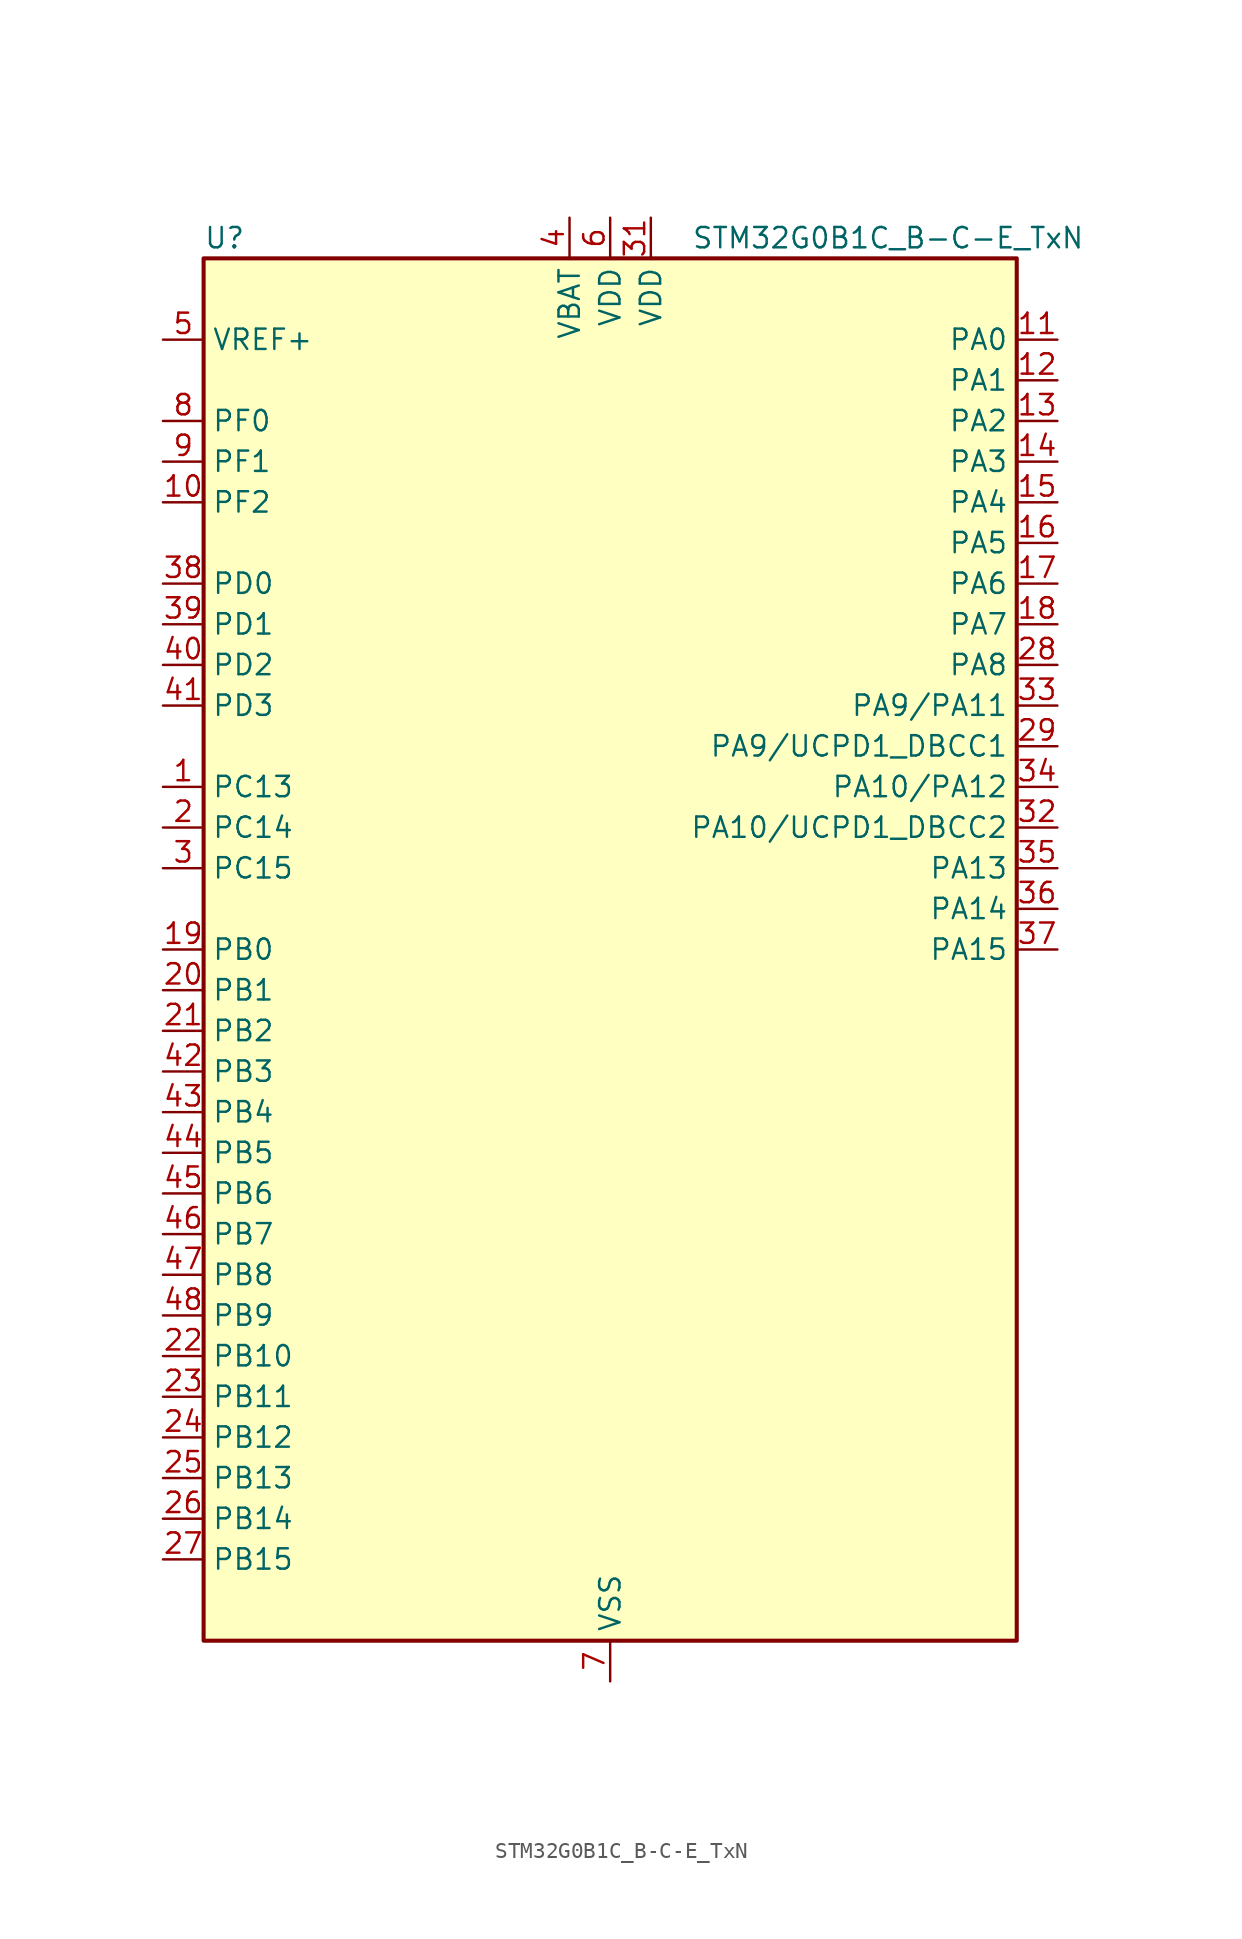
<source format=kicad_sym>
(kicad_symbol_lib
  (version 20241209)
  (generator "kicad_symbol_editor")
  (generator_version "9.0")
  (symbol "STM32G0B1C_B-C-E_TxN"
    (property "Reference" "U"
      (at -25.4 44.45 0)
      (effects (font (size 1.27 1.27)) (justify left)))
    (property "Value" "STM32G0B1C_B-C-E_TxN"
      (at 5.08 44.45 0)
      (effects (font (size 1.27 1.27)) (justify left)))
    (symbol "STM32G0B1C_B-C-E_TxN_0_1"
      (rectangle (start -25.4 -43.18) (end 25.4 43.18) (stroke (width 0.254) (type default)) (fill (type background))))
    (symbol "STM32G0B1C_B-C-E_TxN_1_1"
      (pin input line (at -27.94 38.1 0) (length 2.54) (name "VREF+" (effects (font (size 1.27 1.27)))) (number "5" (effects (font (size 1.27 1.27)))) (alternate "VREFBUF_OUT" bidirectional line))
      (pin bidirectional line (at -27.94 33.02 0) (length 2.54) (name "PF0" (effects (font (size 1.27 1.27)))) (number "8" (effects (font (size 1.27 1.27)))) (alternate "CRS1_SYNC" bidirectional line) (alternate "RCC_OSC_IN" bidirectional line) (alternate "TIM14_CH1" bidirectional line))
      (pin bidirectional line (at -27.94 30.48 0) (length 2.54) (name "PF1" (effects (font (size 1.27 1.27)))) (number "9" (effects (font (size 1.27 1.27)))) (alternate "RCC_OSC_EN" bidirectional line) (alternate "RCC_OSC_OUT" bidirectional line) (alternate "TIM15_CH1N" bidirectional line))
      (pin bidirectional line (at -27.94 27.94 0) (length 2.54) (name "PF2" (effects (font (size 1.27 1.27)))) (number "10" (effects (font (size 1.27 1.27)))) (alternate "LPUART2_DE" bidirectional line) (alternate "LPUART2_RTS" bidirectional line) (alternate "LPUART2_TX" bidirectional line) (alternate "RCC_MCO" bidirectional line))
      (pin bidirectional line (at -27.94 22.86 0) (length 2.54) (name "PD0" (effects (font (size 1.27 1.27)))) (number "38" (effects (font (size 1.27 1.27)))) (alternate "FDCAN1_RX" bidirectional line) (alternate "I2S2_WS" bidirectional line) (alternate "SPI2_NSS" bidirectional line) (alternate "TIM16_CH1" bidirectional line) (alternate "UCPD2_CC1" bidirectional line))
      (pin bidirectional line (at -27.94 20.32 0) (length 2.54) (name "PD1" (effects (font (size 1.27 1.27)))) (number "39" (effects (font (size 1.27 1.27)))) (alternate "FDCAN1_TX" bidirectional line) (alternate "I2S2_CK" bidirectional line) (alternate "SPI2_SCK" bidirectional line) (alternate "TIM17_CH1" bidirectional line) (alternate "UCPD2_DBCC1" bidirectional line))
      (pin bidirectional line (at -27.94 17.78 0) (length 2.54) (name "PD2" (effects (font (size 1.27 1.27)))) (number "40" (effects (font (size 1.27 1.27)))) (alternate "TIM1_CH1N" bidirectional line) (alternate "TIM3_ETR" bidirectional line) (alternate "UCPD2_CC2" bidirectional line) (alternate "USART3_CK" bidirectional line) (alternate "USART3_DE" bidirectional line) (alternate "USART3_RTS" bidirectional line) (alternate "USART5_RX" bidirectional line))
      (pin bidirectional line (at -27.94 15.24 0) (length 2.54) (name "PD3" (effects (font (size 1.27 1.27)))) (number "41" (effects (font (size 1.27 1.27)))) (alternate "I2S2_MCK" bidirectional line) (alternate "SPI2_MISO" bidirectional line) (alternate "TIM1_CH2N" bidirectional line) (alternate "UCPD2_DBCC2" bidirectional line) (alternate "USART2_CTS" bidirectional line) (alternate "USART2_NSS" bidirectional line) (alternate "USART5_TX" bidirectional line))
      (pin bidirectional line (at -27.94 10.16 0) (length 2.54) (name "PC13" (effects (font (size 1.27 1.27)))) (number "1" (effects (font (size 1.27 1.27)))) (alternate "RTC_OUT1" bidirectional line) (alternate "RTC_TAMP_IN1" bidirectional line) (alternate "RTC_TS" bidirectional line) (alternate "SYS_WKUP2" bidirectional line) (alternate "TIM1_BK" bidirectional line))
      (pin bidirectional line (at -27.94 7.62 0) (length 2.54) (name "PC14" (effects (font (size 1.27 1.27)))) (number "2" (effects (font (size 1.27 1.27)))) (alternate "RCC_OSC32_IN" bidirectional line) (alternate "TIM1_BK2" bidirectional line))
      (pin bidirectional line (at -27.94 5.08 0) (length 2.54) (name "PC15" (effects (font (size 1.27 1.27)))) (number "3" (effects (font (size 1.27 1.27)))) (alternate "RCC_OSC32_EN" bidirectional line) (alternate "RCC_OSC32_OUT" bidirectional line) (alternate "RCC_OSC_EN" bidirectional line) (alternate "TIM15_BK" bidirectional line))
      (pin bidirectional line (at -27.94 0 0) (length 2.54) (name "PB0" (effects (font (size 1.27 1.27)))) (number "19" (effects (font (size 1.27 1.27)))) (alternate "ADC1_IN8" bidirectional line) (alternate "COMP1_OUT" bidirectional line) (alternate "COMP3_INP" bidirectional line) (alternate "FDCAN2_RX" bidirectional line) (alternate "I2S1_WS" bidirectional line) (alternate "LPTIM1_OUT" bidirectional line) (alternate "LPUART2_CTS" bidirectional line) (alternate "SPI1_NSS" bidirectional line) (alternate "TIM1_CH2N" bidirectional line) (alternate "TIM3_CH3" bidirectional line) (alternate "UCPD1_FRSTX1" bidirectional line) (alternate "UCPD1_FRSTX2" bidirectional line) (alternate "USART3_RX" bidirectional line) (alternate "USART5_TX" bidirectional line))
      (pin bidirectional line (at -27.94 -2.54 0) (length 2.54) (name "PB1" (effects (font (size 1.27 1.27)))) (number "20" (effects (font (size 1.27 1.27)))) (alternate "ADC1_IN9" bidirectional line) (alternate "COMP1_INM" bidirectional line) (alternate "COMP3_OUT" bidirectional line) (alternate "FDCAN2_TX" bidirectional line) (alternate "LPTIM2_IN1" bidirectional line) (alternate "LPUART1_DE" bidirectional line) (alternate "LPUART1_RTS" bidirectional line) (alternate "LPUART2_DE" bidirectional line) (alternate "LPUART2_RTS" bidirectional line) (alternate "TIM14_CH1" bidirectional line) (alternate "TIM1_CH3N" bidirectional line) (alternate "TIM3_CH4" bidirectional line) (alternate "USART3_CK" bidirectional line) (alternate "USART3_DE" bidirectional line) (alternate "USART3_RTS" bidirectional line) (alternate "USART5_RX" bidirectional line))
      (pin bidirectional line (at -27.94 -5.08 0) (length 2.54) (name "PB2" (effects (font (size 1.27 1.27)))) (number "21" (effects (font (size 1.27 1.27)))) (alternate "ADC1_IN10" bidirectional line) (alternate "COMP1_INP" bidirectional line) (alternate "COMP3_INM" bidirectional line) (alternate "I2S2_MCK" bidirectional line) (alternate "LPTIM1_OUT" bidirectional line) (alternate "RCC_MCO_2" bidirectional line) (alternate "SPI2_MISO" bidirectional line) (alternate "USART3_TX" bidirectional line))
      (pin bidirectional line (at -27.94 -7.62 0) (length 2.54) (name "PB3" (effects (font (size 1.27 1.27)))) (number "42" (effects (font (size 1.27 1.27)))) (alternate "COMP2_INM" bidirectional line) (alternate "I2C2_SCL" bidirectional line) (alternate "I2C3_SCL" bidirectional line) (alternate "I2S1_CK" bidirectional line) (alternate "SPI1_SCK" bidirectional line) (alternate "SPI3_SCK" bidirectional line) (alternate "TIM1_CH2" bidirectional line) (alternate "TIM2_CH2" bidirectional line) (alternate "USART1_CK" bidirectional line) (alternate "USART1_DE" bidirectional line) (alternate "USART1_RTS" bidirectional line) (alternate "USART5_TX" bidirectional line))
      (pin bidirectional line (at -27.94 -10.16 0) (length 2.54) (name "PB4" (effects (font (size 1.27 1.27)))) (number "43" (effects (font (size 1.27 1.27)))) (alternate "COMP2_INP" bidirectional line) (alternate "I2C2_SDA" bidirectional line) (alternate "I2C3_SDA" bidirectional line) (alternate "I2S1_MCK" bidirectional line) (alternate "SPI1_MISO" bidirectional line) (alternate "SPI3_MISO" bidirectional line) (alternate "TIM17_BK" bidirectional line) (alternate "TIM3_CH1" bidirectional line) (alternate "USART1_CTS" bidirectional line) (alternate "USART1_NSS" bidirectional line) (alternate "USART5_RX" bidirectional line))
      (pin bidirectional line (at -27.94 -12.7 0) (length 2.54) (name "PB5" (effects (font (size 1.27 1.27)))) (number "44" (effects (font (size 1.27 1.27)))) (alternate "COMP2_OUT" bidirectional line) (alternate "FDCAN2_RX" bidirectional line) (alternate "I2C1_SMBA" bidirectional line) (alternate "I2S1_SD" bidirectional line) (alternate "LPTIM1_IN1" bidirectional line) (alternate "SPI1_MOSI" bidirectional line) (alternate "SPI3_MOSI" bidirectional line) (alternate "SYS_WKUP6" bidirectional line) (alternate "TIM16_BK" bidirectional line) (alternate "TIM3_CH2" bidirectional line) (alternate "USART5_CK" bidirectional line) (alternate "USART5_DE" bidirectional line) (alternate "USART5_RTS" bidirectional line))
      (pin bidirectional line (at -27.94 -15.24 0) (length 2.54) (name "PB6" (effects (font (size 1.27 1.27)))) (number "45" (effects (font (size 1.27 1.27)))) (alternate "COMP2_INP" bidirectional line) (alternate "FDCAN2_TX" bidirectional line) (alternate "I2C1_SCL" bidirectional line) (alternate "I2S2_MCK" bidirectional line) (alternate "LPTIM1_ETR" bidirectional line) (alternate "LPUART2_TX" bidirectional line) (alternate "SPI2_MISO" bidirectional line) (alternate "TIM16_CH1N" bidirectional line) (alternate "TIM1_CH3" bidirectional line) (alternate "TIM4_CH1" bidirectional line) (alternate "USART1_TX" bidirectional line) (alternate "USART5_CTS" bidirectional line) (alternate "USART5_NSS" bidirectional line))
      (pin bidirectional line (at -27.94 -17.78 0) (length 2.54) (name "PB7" (effects (font (size 1.27 1.27)))) (number "46" (effects (font (size 1.27 1.27)))) (alternate "COMP2_INM" bidirectional line) (alternate "I2C1_SDA" bidirectional line) (alternate "I2S2_SD" bidirectional line) (alternate "LPTIM1_IN2" bidirectional line) (alternate "LPUART2_RX" bidirectional line) (alternate "SPI2_MOSI" bidirectional line) (alternate "SYS_PVD_IN" bidirectional line) (alternate "TIM17_CH1N" bidirectional line) (alternate "TIM4_CH2" bidirectional line) (alternate "USART1_RX" bidirectional line) (alternate "USART4_CTS" bidirectional line) (alternate "USART4_NSS" bidirectional line))
      (pin bidirectional line (at -27.94 -20.32 0) (length 2.54) (name "PB8" (effects (font (size 1.27 1.27)))) (number "47" (effects (font (size 1.27 1.27)))) (alternate "CEC" bidirectional line) (alternate "FDCAN1_RX" bidirectional line) (alternate "I2C1_SCL" bidirectional line) (alternate "I2S2_CK" bidirectional line) (alternate "SPI2_SCK" bidirectional line) (alternate "TIM15_BK" bidirectional line) (alternate "TIM16_CH1" bidirectional line) (alternate "TIM4_CH3" bidirectional line) (alternate "USART3_TX" bidirectional line) (alternate "USART6_TX" bidirectional line))
      (pin bidirectional line (at -27.94 -22.86 0) (length 2.54) (name "PB9" (effects (font (size 1.27 1.27)))) (number "48" (effects (font (size 1.27 1.27)))) (alternate "DAC1_EXTI9" bidirectional line) (alternate "FDCAN1_TX" bidirectional line) (alternate "I2C1_SDA" bidirectional line) (alternate "I2S2_WS" bidirectional line) (alternate "IR_OUT" bidirectional line) (alternate "SPI2_NSS" bidirectional line) (alternate "TIM17_CH1" bidirectional line) (alternate "TIM4_CH4" bidirectional line) (alternate "UCPD2_FRSTX1" bidirectional line) (alternate "UCPD2_FRSTX2" bidirectional line) (alternate "USART3_RX" bidirectional line) (alternate "USART6_RX" bidirectional line))
      (pin bidirectional line (at -27.94 -25.4 0) (length 2.54) (name "PB10" (effects (font (size 1.27 1.27)))) (number "22" (effects (font (size 1.27 1.27)))) (alternate "ADC1_IN11" bidirectional line) (alternate "CEC" bidirectional line) (alternate "COMP1_OUT" bidirectional line) (alternate "I2C2_SCL" bidirectional line) (alternate "I2S2_CK" bidirectional line) (alternate "LPUART1_RX" bidirectional line) (alternate "SPI2_SCK" bidirectional line) (alternate "TIM2_CH3" bidirectional line) (alternate "USART3_TX" bidirectional line))
      (pin bidirectional line (at -27.94 -27.94 0) (length 2.54) (name "PB11" (effects (font (size 1.27 1.27)))) (number "23" (effects (font (size 1.27 1.27)))) (alternate "ADC1_EXTI11" bidirectional line) (alternate "ADC1_IN15" bidirectional line) (alternate "COMP2_OUT" bidirectional line) (alternate "I2C2_SDA" bidirectional line) (alternate "I2S2_SD" bidirectional line) (alternate "LPUART1_TX" bidirectional line) (alternate "SPI2_MOSI" bidirectional line) (alternate "TIM2_CH4" bidirectional line) (alternate "USART3_RX" bidirectional line))
      (pin bidirectional line (at -27.94 -30.48 0) (length 2.54) (name "PB12" (effects (font (size 1.27 1.27)))) (number "24" (effects (font (size 1.27 1.27)))) (alternate "ADC1_IN16" bidirectional line) (alternate "FDCAN2_RX" bidirectional line) (alternate "I2C2_SMBA" bidirectional line) (alternate "I2S2_WS" bidirectional line) (alternate "LPUART1_DE" bidirectional line) (alternate "LPUART1_RTS" bidirectional line) (alternate "SPI2_NSS" bidirectional line) (alternate "TIM15_BK" bidirectional line) (alternate "TIM1_BK" bidirectional line) (alternate "UCPD2_FRSTX1" bidirectional line) (alternate "UCPD2_FRSTX2" bidirectional line))
      (pin bidirectional line (at -27.94 -33.02 0) (length 2.54) (name "PB13" (effects (font (size 1.27 1.27)))) (number "25" (effects (font (size 1.27 1.27)))) (alternate "FDCAN2_TX" bidirectional line) (alternate "I2C2_SCL" bidirectional line) (alternate "I2S2_CK" bidirectional line) (alternate "LPUART1_CTS" bidirectional line) (alternate "SPI2_SCK" bidirectional line) (alternate "TIM15_CH1N" bidirectional line) (alternate "TIM1_CH1N" bidirectional line) (alternate "USART3_CTS" bidirectional line) (alternate "USART3_NSS" bidirectional line))
      (pin bidirectional line (at -27.94 -35.56 0) (length 2.54) (name "PB14" (effects (font (size 1.27 1.27)))) (number "26" (effects (font (size 1.27 1.27)))) (alternate "I2C2_SDA" bidirectional line) (alternate "I2S2_MCK" bidirectional line) (alternate "SPI2_MISO" bidirectional line) (alternate "TIM15_CH1" bidirectional line) (alternate "TIM1_CH2N" bidirectional line) (alternate "UCPD1_FRSTX1" bidirectional line) (alternate "UCPD1_FRSTX2" bidirectional line) (alternate "USART3_CK" bidirectional line) (alternate "USART3_DE" bidirectional line) (alternate "USART3_RTS" bidirectional line) (alternate "USART6_CK" bidirectional line) (alternate "USART6_DE" bidirectional line) (alternate "USART6_RTS" bidirectional line))
      (pin bidirectional line (at -27.94 -38.1 0) (length 2.54) (name "PB15" (effects (font (size 1.27 1.27)))) (number "27" (effects (font (size 1.27 1.27)))) (alternate "I2S2_SD" bidirectional line) (alternate "RTC_REFIN" bidirectional line) (alternate "SPI2_MOSI" bidirectional line) (alternate "TIM15_CH1N" bidirectional line) (alternate "TIM15_CH2" bidirectional line) (alternate "TIM1_CH3N" bidirectional line) (alternate "UCPD1_CC2" bidirectional line) (alternate "USART6_CTS" bidirectional line) (alternate "USART6_NSS" bidirectional line))
      (pin power_in line (at -2.54 45.72 270) (length 2.54) (name "VBAT" (effects (font (size 1.27 1.27)))) (number "4" (effects (font (size 1.27 1.27)))))
      (pin power_in line (at 0 45.72 270) (length 2.54) (name "VDD" (effects (font (size 1.27 1.27)))) (number "6" (effects (font (size 1.27 1.27)))))
      (pin passive line (at 0 -45.72 90) (length 2.54) (hide yes) (name "VSS" (effects (font (size 1.27 1.27)))) (number "30" (effects (font (size 1.27 1.27)))))
      (pin power_in line (at 0 -45.72 90) (length 2.54) (name "VSS" (effects (font (size 1.27 1.27)))) (number "7" (effects (font (size 1.27 1.27)))))
      (pin power_in line (at 2.54 45.72 270) (length 2.54) (name "VDD" (effects (font (size 1.27 1.27)))) (number "31" (effects (font (size 1.27 1.27)))))
      (pin bidirectional line (at 27.94 38.1 180) (length 2.54) (name "PA0" (effects (font (size 1.27 1.27)))) (number "11" (effects (font (size 1.27 1.27)))) (alternate "ADC1_IN0" bidirectional line) (alternate "COMP1_INM" bidirectional line) (alternate "COMP1_OUT" bidirectional line) (alternate "I2S2_CK" bidirectional line) (alternate "LPTIM1_OUT" bidirectional line) (alternate "RTC_TAMP_IN2" bidirectional line) (alternate "SPI2_SCK" bidirectional line) (alternate "SYS_WKUP1" bidirectional line) (alternate "TIM2_CH1" bidirectional line) (alternate "TIM2_ETR" bidirectional line) (alternate "UCPD2_FRSTX1" bidirectional line) (alternate "UCPD2_FRSTX2" bidirectional line) (alternate "USART2_CTS" bidirectional line) (alternate "USART2_NSS" bidirectional line) (alternate "USART4_TX" bidirectional line))
      (pin bidirectional line (at 27.94 35.56 180) (length 2.54) (name "PA1" (effects (font (size 1.27 1.27)))) (number "12" (effects (font (size 1.27 1.27)))) (alternate "ADC1_IN1" bidirectional line) (alternate "COMP1_INP" bidirectional line) (alternate "I2C1_SMBA" bidirectional line) (alternate "I2S1_CK" bidirectional line) (alternate "SPI1_SCK" bidirectional line) (alternate "TIM15_CH1N" bidirectional line) (alternate "TIM2_CH2" bidirectional line) (alternate "USART2_CK" bidirectional line) (alternate "USART2_DE" bidirectional line) (alternate "USART2_RTS" bidirectional line) (alternate "USART4_RX" bidirectional line))
      (pin bidirectional line (at 27.94 33.02 180) (length 2.54) (name "PA2" (effects (font (size 1.27 1.27)))) (number "13" (effects (font (size 1.27 1.27)))) (alternate "ADC1_IN2" bidirectional line) (alternate "COMP2_INM" bidirectional line) (alternate "COMP2_OUT" bidirectional line) (alternate "I2S1_SD" bidirectional line) (alternate "LPUART1_TX" bidirectional line) (alternate "RCC_LSCO" bidirectional line) (alternate "SPI1_MOSI" bidirectional line) (alternate "SYS_WKUP4" bidirectional line) (alternate "TIM15_CH1" bidirectional line) (alternate "TIM2_CH3" bidirectional line) (alternate "UCPD1_FRSTX1" bidirectional line) (alternate "UCPD1_FRSTX2" bidirectional line) (alternate "USART2_TX" bidirectional line))
      (pin bidirectional line (at 27.94 30.48 180) (length 2.54) (name "PA3" (effects (font (size 1.27 1.27)))) (number "14" (effects (font (size 1.27 1.27)))) (alternate "ADC1_IN3" bidirectional line) (alternate "COMP2_INP" bidirectional line) (alternate "I2S2_MCK" bidirectional line) (alternate "LPUART1_RX" bidirectional line) (alternate "SPI2_MISO" bidirectional line) (alternate "TIM15_CH2" bidirectional line) (alternate "TIM2_CH4" bidirectional line) (alternate "UCPD2_FRSTX1" bidirectional line) (alternate "UCPD2_FRSTX2" bidirectional line) (alternate "USART2_RX" bidirectional line))
      (pin bidirectional line (at 27.94 27.94 180) (length 2.54) (name "PA4" (effects (font (size 1.27 1.27)))) (number "15" (effects (font (size 1.27 1.27)))) (alternate "ADC1_IN4" bidirectional line) (alternate "DAC1_OUT1" bidirectional line) (alternate "I2S1_WS" bidirectional line) (alternate "I2S2_SD" bidirectional line) (alternate "LPTIM2_OUT" bidirectional line) (alternate "RTC_OUT2" bidirectional line) (alternate "SPI1_NSS" bidirectional line) (alternate "SPI2_MOSI" bidirectional line) (alternate "SPI3_NSS" bidirectional line) (alternate "TIM14_CH1" bidirectional line) (alternate "UCPD2_FRSTX1" bidirectional line) (alternate "UCPD2_FRSTX2" bidirectional line) (alternate "USART6_TX" bidirectional line) (alternate "USB_NOE" bidirectional line))
      (pin bidirectional line (at 27.94 25.4 180) (length 2.54) (name "PA5" (effects (font (size 1.27 1.27)))) (number "16" (effects (font (size 1.27 1.27)))) (alternate "ADC1_IN5" bidirectional line) (alternate "CEC" bidirectional line) (alternate "DAC1_OUT2" bidirectional line) (alternate "I2S1_CK" bidirectional line) (alternate "LPTIM2_ETR" bidirectional line) (alternate "SPI1_SCK" bidirectional line) (alternate "TIM2_CH1" bidirectional line) (alternate "TIM2_ETR" bidirectional line) (alternate "UCPD1_FRSTX1" bidirectional line) (alternate "UCPD1_FRSTX2" bidirectional line) (alternate "USART3_TX" bidirectional line) (alternate "USART6_RX" bidirectional line))
      (pin bidirectional line (at 27.94 22.86 180) (length 2.54) (name "PA6" (effects (font (size 1.27 1.27)))) (number "17" (effects (font (size 1.27 1.27)))) (alternate "ADC1_IN6" bidirectional line) (alternate "COMP1_OUT" bidirectional line) (alternate "I2C2_SDA" bidirectional line) (alternate "I2C3_SDA" bidirectional line) (alternate "I2S1_MCK" bidirectional line) (alternate "LPUART1_CTS" bidirectional line) (alternate "SPI1_MISO" bidirectional line) (alternate "TIM16_CH1" bidirectional line) (alternate "TIM1_BK" bidirectional line) (alternate "TIM3_CH1" bidirectional line) (alternate "USART3_CTS" bidirectional line) (alternate "USART3_NSS" bidirectional line) (alternate "USART6_CTS" bidirectional line) (alternate "USART6_NSS" bidirectional line))
      (pin bidirectional line (at 27.94 20.32 180) (length 2.54) (name "PA7" (effects (font (size 1.27 1.27)))) (number "18" (effects (font (size 1.27 1.27)))) (alternate "ADC1_IN7" bidirectional line) (alternate "COMP2_OUT" bidirectional line) (alternate "I2C2_SCL" bidirectional line) (alternate "I2C3_SCL" bidirectional line) (alternate "I2S1_SD" bidirectional line) (alternate "SPI1_MOSI" bidirectional line) (alternate "TIM14_CH1" bidirectional line) (alternate "TIM17_CH1" bidirectional line) (alternate "TIM1_CH1N" bidirectional line) (alternate "TIM3_CH2" bidirectional line) (alternate "UCPD1_FRSTX1" bidirectional line) (alternate "UCPD1_FRSTX2" bidirectional line) (alternate "USART6_CK" bidirectional line) (alternate "USART6_DE" bidirectional line) (alternate "USART6_RTS" bidirectional line))
      (pin bidirectional line (at 27.94 17.78 180) (length 2.54) (name "PA8" (effects (font (size 1.27 1.27)))) (number "28" (effects (font (size 1.27 1.27)))) (alternate "CRS1_SYNC" bidirectional line) (alternate "I2C2_SMBA" bidirectional line) (alternate "I2S2_WS" bidirectional line) (alternate "LPTIM2_OUT" bidirectional line) (alternate "RCC_MCO" bidirectional line) (alternate "SPI2_NSS" bidirectional line) (alternate "TIM1_CH1" bidirectional line) (alternate "UCPD1_CC1" bidirectional line))
      (pin bidirectional line (at 27.94 15.24 180) (length 2.54) (name "PA9/PA11" (effects (font (size 1.27 1.27)))) (number "33" (effects (font (size 1.27 1.27)))) (alternate "ADC1_EXTI11 (PA11)" bidirectional line) (alternate "COMP1_OUT (PA11)" bidirectional line) (alternate "DAC1_EXTI9 (PA9)" bidirectional line) (alternate "FDCAN1_RX (PA11)" bidirectional line) (alternate "I2C1_SCL (PA9)" bidirectional line) (alternate "I2C2_SCL (PA11)" bidirectional line) (alternate "I2C2_SCL (PA9)" bidirectional line) (alternate "I2S1_MCK (PA11)" bidirectional line) (alternate "I2S2_MCK (PA9)" bidirectional line) (alternate "PA11" bidirectional line) (alternate "PA9" bidirectional line) (alternate "RCC_MCO (PA9)" bidirectional line) (alternate "SPI1_MISO (PA11)" bidirectional line) (alternate "SPI2_MISO (PA9)" bidirectional line) (alternate "TIM15_BK (PA9)" bidirectional line) (alternate "TIM1_BK2 (PA11)" bidirectional line) (alternate "TIM1_CH2 (PA9)" bidirectional line) (alternate "TIM1_CH4 (PA11)" bidirectional line) (alternate "UCPD1_DBCC1 (PA9)" bidirectional line) (alternate "USART1_CTS (PA11)" bidirectional line) (alternate "USART1_NSS (PA11)" bidirectional line) (alternate "USART1_TX (PA9)" bidirectional line) (alternate "USB_DM (PA11)" bidirectional line))
      (pin bidirectional line (at 27.94 12.7 180) (length 2.54) (name "PA9/UCPD1_DBCC1" (effects (font (size 1.27 1.27)))) (number "29" (effects (font (size 1.27 1.27)))) (alternate "DAC1_EXTI9 (PA9)" bidirectional line) (alternate "I2C1_SCL (PA9)" bidirectional line) (alternate "I2C2_SCL (PA9)" bidirectional line) (alternate "I2S2_MCK (PA9)" bidirectional line) (alternate "PA9" bidirectional line) (alternate "RCC_MCO (PA9)" bidirectional line) (alternate "SPI2_MISO (PA9)" bidirectional line) (alternate "TIM15_BK (PA9)" bidirectional line) (alternate "TIM1_CH2 (PA9)" bidirectional line) (alternate "UCPD1_DBCC1" bidirectional line) (alternate "UCPD1_DBCC1 (PA9)" bidirectional line) (alternate "UCPD1_DBCC1 (UCPD1_DBCC1)" bidirectional line) (alternate "USART1_TX (PA9)" bidirectional line))
      (pin bidirectional line (at 27.94 10.16 180) (length 2.54) (name "PA10/PA12" (effects (font (size 1.27 1.27)))) (number "34" (effects (font (size 1.27 1.27)))) (alternate "COMP2_OUT (PA12)" bidirectional line) (alternate "FDCAN1_TX (PA12)" bidirectional line) (alternate "I2C1_SDA (PA10)" bidirectional line) (alternate "I2C2_SDA (PA10)" bidirectional line) (alternate "I2C2_SDA (PA12)" bidirectional line) (alternate "I2S1_SD (PA12)" bidirectional line) (alternate "I2S2_SD (PA10)" bidirectional line) (alternate "I2S_CKIN (PA12)" bidirectional line) (alternate "PA10" bidirectional line) (alternate "PA12" bidirectional line) (alternate "RCC_MCO_2 (PA10)" bidirectional line) (alternate "SPI1_MOSI (PA12)" bidirectional line) (alternate "SPI2_MOSI (PA10)" bidirectional line) (alternate "TIM17_BK (PA10)" bidirectional line) (alternate "TIM1_CH3 (PA10)" bidirectional line) (alternate "TIM1_ETR (PA12)" bidirectional line) (alternate "UCPD1_DBCC2 (PA10)" bidirectional line) (alternate "USART1_CK (PA12)" bidirectional line) (alternate "USART1_DE (PA12)" bidirectional line) (alternate "USART1_RTS (PA12)" bidirectional line) (alternate "USART1_RX (PA10)" bidirectional line) (alternate "USB_DP (PA12)" bidirectional line))
      (pin bidirectional line (at 27.94 7.62 180) (length 2.54) (name "PA10/UCPD1_DBCC2" (effects (font (size 1.27 1.27)))) (number "32" (effects (font (size 1.27 1.27)))) (alternate "I2C1_SDA (PA10)" bidirectional line) (alternate "I2C2_SDA (PA10)" bidirectional line) (alternate "I2S2_SD (PA10)" bidirectional line) (alternate "PA10" bidirectional line) (alternate "RCC_MCO_2 (PA10)" bidirectional line) (alternate "SPI2_MOSI (PA10)" bidirectional line) (alternate "TIM17_BK (PA10)" bidirectional line) (alternate "TIM1_CH3 (PA10)" bidirectional line) (alternate "UCPD1_DBCC2" bidirectional line) (alternate "UCPD1_DBCC2 (PA10)" bidirectional line) (alternate "UCPD1_DBCC2 (UCPD1_DBCC2)" bidirectional line) (alternate "USART1_RX (PA10)" bidirectional line))
      (pin bidirectional line (at 27.94 5.08 180) (length 2.54) (name "PA13" (effects (font (size 1.27 1.27)))) (number "35" (effects (font (size 1.27 1.27)))) (alternate "IR_OUT" bidirectional line) (alternate "LPUART2_RX" bidirectional line) (alternate "SYS_SWDIO" bidirectional line) (alternate "USB_NOE" bidirectional line))
      (pin bidirectional line (at 27.94 2.54 180) (length 2.54) (name "PA14" (effects (font (size 1.27 1.27)))) (number "36" (effects (font (size 1.27 1.27)))) (alternate "LPUART2_TX" bidirectional line) (alternate "SYS_SWCLK" bidirectional line) (alternate "USART2_TX" bidirectional line))
      (pin bidirectional line (at 27.94 0 180) (length 2.54) (name "PA15" (effects (font (size 1.27 1.27)))) (number "37" (effects (font (size 1.27 1.27)))) (alternate "I2C2_SMBA" bidirectional line) (alternate "I2S1_WS" bidirectional line) (alternate "RCC_MCO_2" bidirectional line) (alternate "SPI1_NSS" bidirectional line) (alternate "SPI3_NSS" bidirectional line) (alternate "TIM2_CH1" bidirectional line) (alternate "TIM2_ETR" bidirectional line) (alternate "USART2_RX" bidirectional line) (alternate "USART3_CK" bidirectional line) (alternate "USART3_DE" bidirectional line) (alternate "USART3_RTS" bidirectional line) (alternate "USART4_CK" bidirectional line) (alternate "USART4_DE" bidirectional line) (alternate "USART4_RTS" bidirectional line) (alternate "USB_NOE" bidirectional line)))))
</source>
